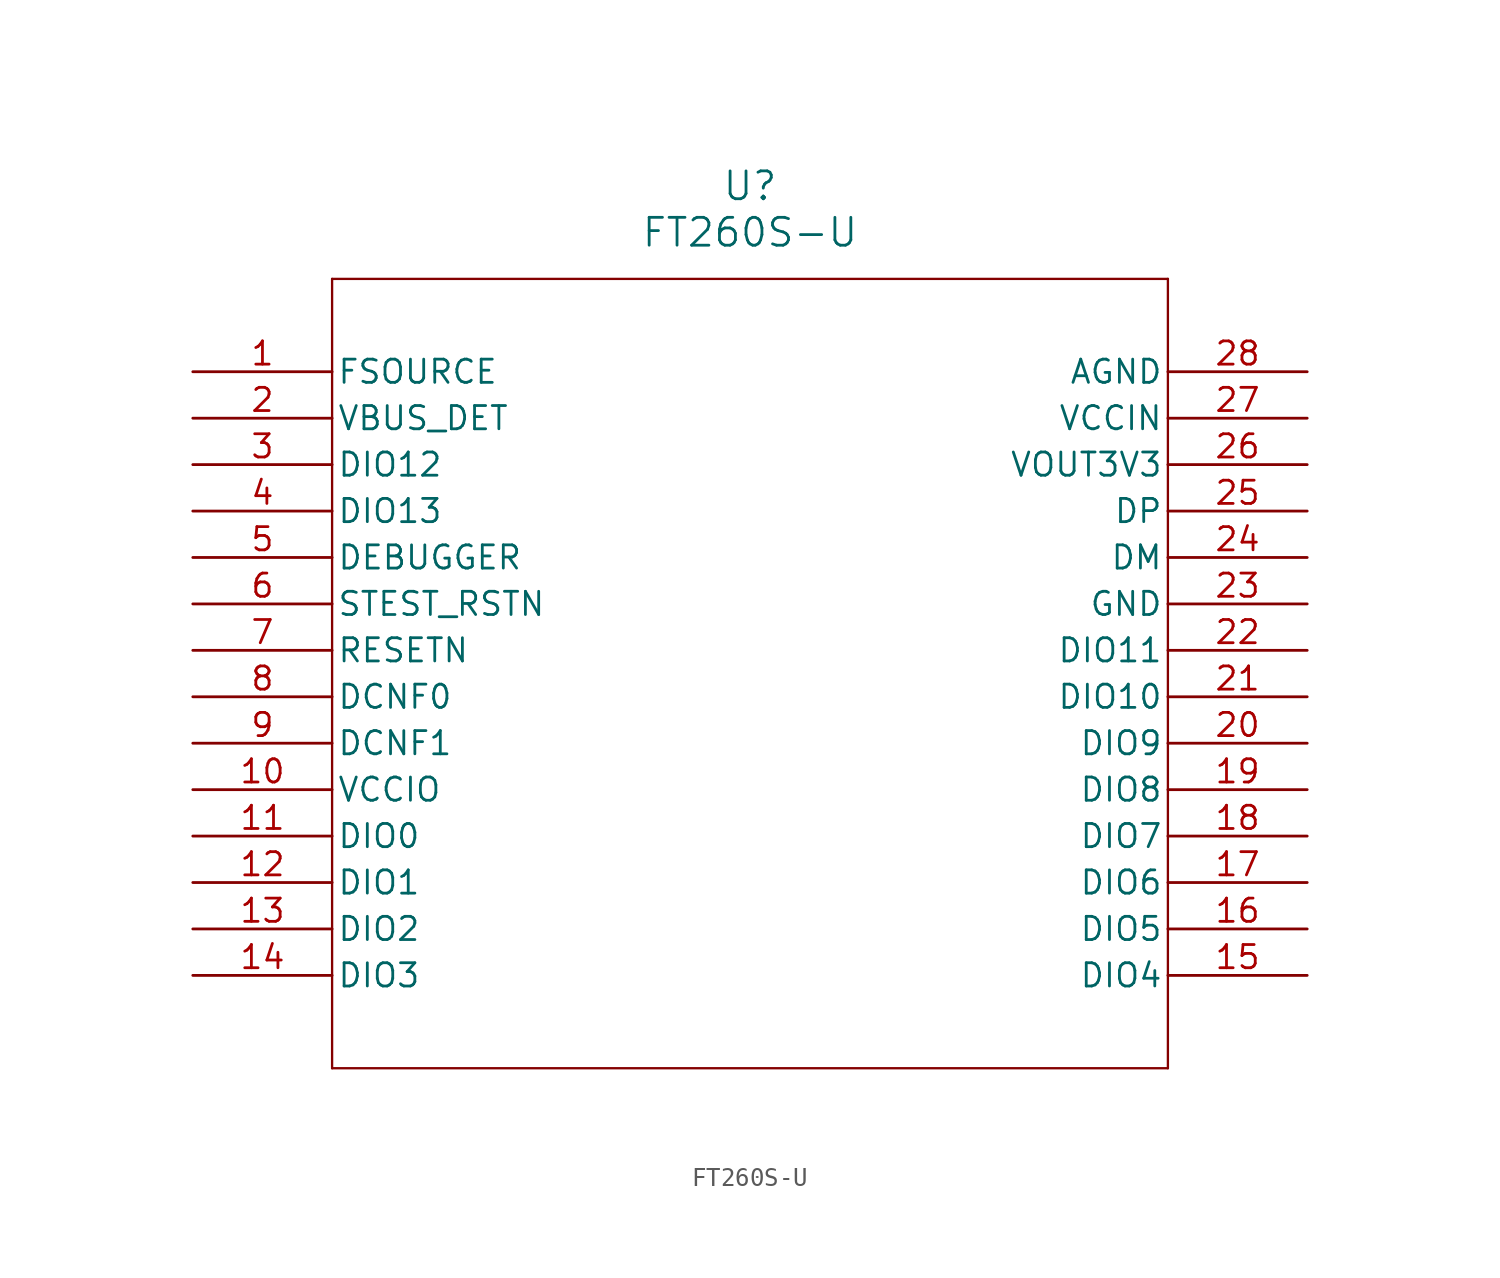
<source format=kicad_sym>
(kicad_symbol_lib
  (version 20211014)
  (generator kicad_symbol_editor)
  (symbol "FT260S-U"
    (pin_names
      (offset 0.254))
    (property "Reference" "U"
      (at 30.48 10.16 0)
      (effects (font (size 1.524 1.524))))
    (property "Value" "FT260S-U"
      (at 30.48 7.62 0)
      (effects (font (size 1.524 1.524))))
    (symbol "FT260S-U_0_1"
      (polyline (pts (xy 7.62 5.08) (xy 7.62 -38.1)) (stroke (width 0.127) (type default) (color 0 0 0 0)) (fill (type none)))
      (polyline (pts (xy 7.62 -38.1) (xy 53.34 -38.1)) (stroke (width 0.127) (type default) (color 0 0 0 0)) (fill (type none)))
      (polyline (pts (xy 53.34 -38.1) (xy 53.34 5.08)) (stroke (width 0.127) (type default) (color 0 0 0 0)) (fill (type none)))
      (polyline (pts (xy 53.34 5.08) (xy 7.62 5.08)) (stroke (width 0.127) (type default) (color 0 0 0 0)) (fill (type none)))
      (pin power_in line (at 0 0 0) (length 7.62) (name "FSOURCE" (effects (font (size 1.27 1.27)))) (number "1" (effects (font (size 1.27 1.27)))))
      (pin input line (at 0 -2.54 0) (length 7.62) (name "VBUS_DET" (effects (font (size 1.27 1.27)))) (number "2" (effects (font (size 1.27 1.27)))))
      (pin bidirectional line (at 0 -5.08 0) (length 7.62) (name "DIO12" (effects (font (size 1.27 1.27)))) (number "3" (effects (font (size 1.27 1.27)))))
      (pin bidirectional line (at 0 -7.62 0) (length 7.62) (name "DIO13" (effects (font (size 1.27 1.27)))) (number "4" (effects (font (size 1.27 1.27)))))
      (pin bidirectional line (at 0 -10.16 0) (length 7.62) (name "DEBUGGER" (effects (font (size 1.27 1.27)))) (number "5" (effects (font (size 1.27 1.27)))))
      (pin input line (at 0 -12.7 0) (length 7.62) (name "STEST_RSTN" (effects (font (size 1.27 1.27)))) (number "6" (effects (font (size 1.27 1.27)))))
      (pin input line (at 0 -15.24 0) (length 7.62) (name "RESETN" (effects (font (size 1.27 1.27)))) (number "7" (effects (font (size 1.27 1.27)))))
      (pin input line (at 0 -17.78 0) (length 7.62) (name "DCNF0" (effects (font (size 1.27 1.27)))) (number "8" (effects (font (size 1.27 1.27)))))
      (pin input line (at 0 -20.32 0) (length 7.62) (name "DCNF1" (effects (font (size 1.27 1.27)))) (number "9" (effects (font (size 1.27 1.27)))))
      (pin power_in line (at 0 -22.86 0) (length 7.62) (name "VCCIO" (effects (font (size 1.27 1.27)))) (number "10" (effects (font (size 1.27 1.27)))))
      (pin bidirectional line (at 0 -25.4 0) (length 7.62) (name "DIO0" (effects (font (size 1.27 1.27)))) (number "11" (effects (font (size 1.27 1.27)))))
      (pin bidirectional line (at 0 -27.94 0) (length 7.62) (name "DIO1" (effects (font (size 1.27 1.27)))) (number "12" (effects (font (size 1.27 1.27)))))
      (pin bidirectional line (at 0 -30.48 0) (length 7.62) (name "DIO2" (effects (font (size 1.27 1.27)))) (number "13" (effects (font (size 1.27 1.27)))))
      (pin bidirectional line (at 0 -33.02 0) (length 7.62) (name "DIO3" (effects (font (size 1.27 1.27)))) (number "14" (effects (font (size 1.27 1.27)))))
      (pin bidirectional line (at 60.96 -33.02 180) (length 7.62) (name "DIO4" (effects (font (size 1.27 1.27)))) (number "15" (effects (font (size 1.27 1.27)))))
      (pin bidirectional line (at 60.96 -30.48 180) (length 7.62) (name "DIO5" (effects (font (size 1.27 1.27)))) (number "16" (effects (font (size 1.27 1.27)))))
      (pin bidirectional line (at 60.96 -27.94 180) (length 7.62) (name "DIO6" (effects (font (size 1.27 1.27)))) (number "17" (effects (font (size 1.27 1.27)))))
      (pin bidirectional line (at 60.96 -25.4 180) (length 7.62) (name "DIO7" (effects (font (size 1.27 1.27)))) (number "18" (effects (font (size 1.27 1.27)))))
      (pin bidirectional line (at 60.96 -22.86 180) (length 7.62) (name "DIO8" (effects (font (size 1.27 1.27)))) (number "19" (effects (font (size 1.27 1.27)))))
      (pin bidirectional line (at 60.96 -20.32 180) (length 7.62) (name "DIO9" (effects (font (size 1.27 1.27)))) (number "20" (effects (font (size 1.27 1.27)))))
      (pin bidirectional line (at 60.96 -17.78 180) (length 7.62) (name "DIO10" (effects (font (size 1.27 1.27)))) (number "21" (effects (font (size 1.27 1.27)))))
      (pin bidirectional line (at 60.96 -15.24 180) (length 7.62) (name "DIO11" (effects (font (size 1.27 1.27)))) (number "22" (effects (font (size 1.27 1.27)))))
      (pin power_out line (at 60.96 -12.7 180) (length 7.62) (name "GND" (effects (font (size 1.27 1.27)))) (number "23" (effects (font (size 1.27 1.27)))))
      (pin bidirectional line (at 60.96 -10.16 180) (length 7.62) (name "DM" (effects (font (size 1.27 1.27)))) (number "24" (effects (font (size 1.27 1.27)))))
      (pin bidirectional line (at 60.96 -7.62 180) (length 7.62) (name "DP" (effects (font (size 1.27 1.27)))) (number "25" (effects (font (size 1.27 1.27)))))
      (pin power_in line (at 60.96 -5.08 180) (length 7.62) (name "VOUT3V3" (effects (font (size 1.27 1.27)))) (number "26" (effects (font (size 1.27 1.27)))))
      (pin power_in line (at 60.96 -2.54 180) (length 7.62) (name "VCCIN" (effects (font (size 1.27 1.27)))) (number "27" (effects (font (size 1.27 1.27)))))
      (pin power_out line (at 60.96 0 180) (length 7.62) (name "AGND" (effects (font (size 1.27 1.27)))) (number "28" (effects (font (size 1.27 1.27))))))))
</source>
